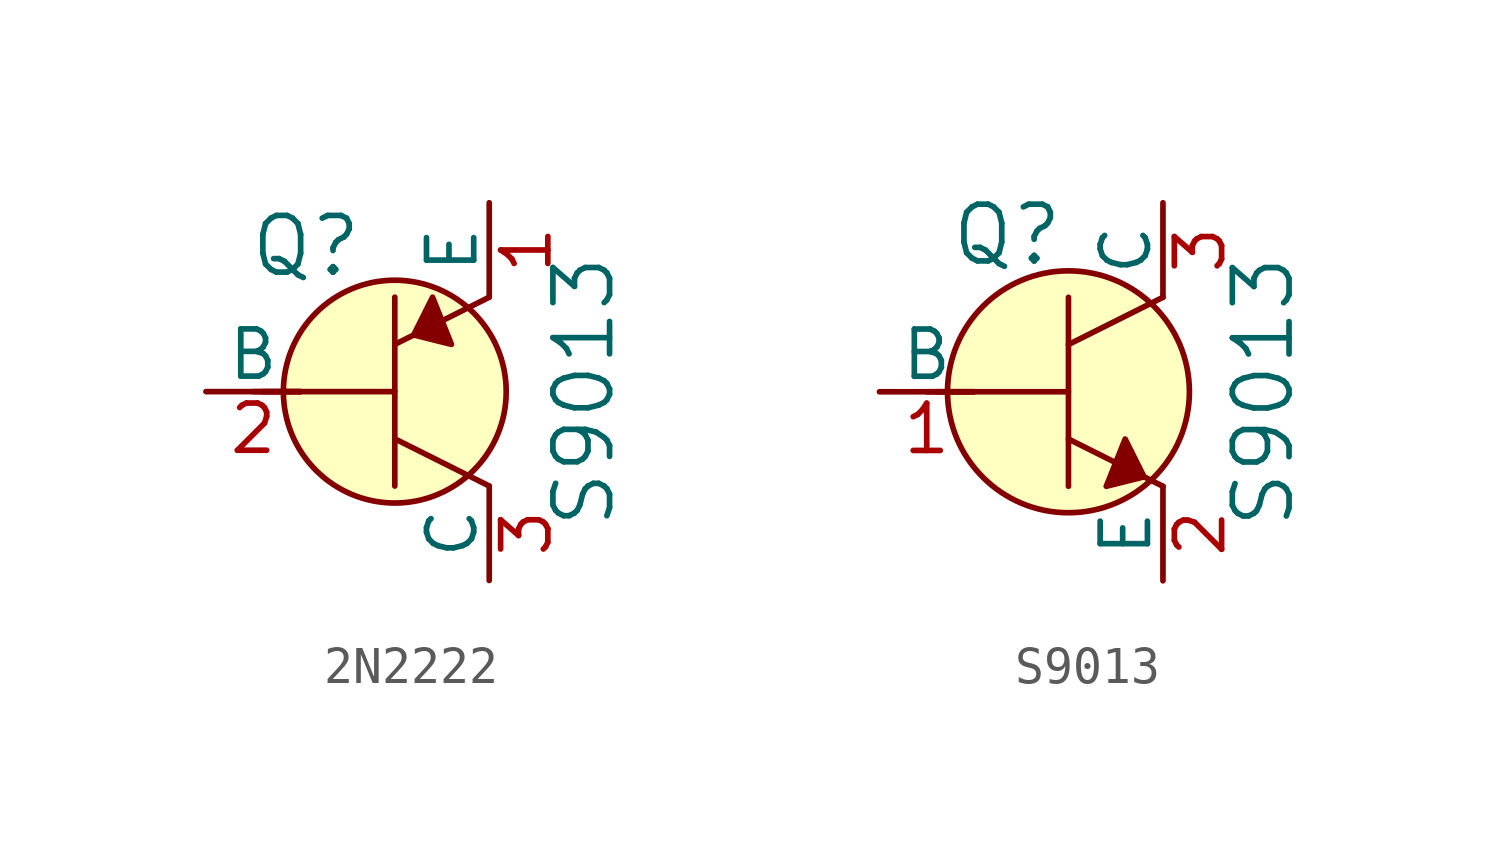
<source format=kicad_sym>
(kicad_symbol_lib
  (version 20231120)
  (generator "kicad_symbol_editor")
  (generator_version "8.0")
  (symbol "2N2222"
    (pin_names
      (offset 0))
    (property "Reference" "Q"
      (at -2.388 3.912 0)
      (effects (font (size 1.524 1.524))))
    (property "Value" "S9013"
      (at 5.08 0 90)
      (effects (font (size 1.524 1.524))))
    (symbol "2N2222_0_1"
      (polyline (pts (xy -3.81 0) (xy -2.54 0)) (stroke (width 0) (type solid)) (fill (type none)))
      (polyline (pts (xy -3.556 0) (xy 0 0)) (stroke (width 0) (type solid)) (fill (type none)))
      (polyline (pts (xy 0 -1.27) (xy 2.54 -2.54)) (stroke (width 0) (type solid)) (fill (type none)))
      (polyline (pts (xy 0 1.27) (xy 2.54 2.54)) (stroke (width 0) (type solid)) (fill (type none)))
      (polyline (pts (xy 0 2.54) (xy 0 -2.54)) (stroke (width 0) (type solid)) (fill (type none)))
      (polyline (pts (xy 1.016 2.54) (xy 0.508 1.524) (xy 1.524 1.27) (xy 1.016 2.54)) (stroke (width 0) (type solid)) (fill (type outline)))
      (circle (center 0 0) (radius 2.997) (stroke (width 0) (type solid)) (fill (type background))))
    (symbol "2N2222_1_1"
      (pin passive line (at 2.54 5.08 270) (length 2.54) (name "E" (effects (font (size 1.27 1.27)))) (number "1" (effects (font (size 1.27 1.27)))))
      (pin input line (at -5.08 0 0) (length 2.54) (name "B" (effects (font (size 1.27 1.27)))) (number "2" (effects (font (size 1.27 1.27)))))
      (pin passive line (at 2.54 -5.08 90) (length 2.54) (name "C" (effects (font (size 1.27 1.27)))) (number "3" (effects (font (size 1.27 1.27)))))))
  (symbol "S9013"
    (pin_names
      (offset 0))
    (property "Reference" "Q"
      (at -3.2 4.216 0)
      (effects (font (size 1.524 1.524)) (justify left)))
    (property "Value" "S9013"
      (at 5.232 0 90)
      (effects (font (size 1.524 1.524))))
    (symbol "S9013_0_1"
      (polyline (pts (xy -3.81 0) (xy -2.54 0)) (stroke (width 0) (type solid)) (fill (type none)))
      (polyline (pts (xy -3.556 0) (xy 0 0)) (stroke (width 0) (type solid)) (fill (type none)))
      (polyline (pts (xy 0 -1.27) (xy 2.54 -2.54)) (stroke (width 0) (type solid)) (fill (type none)))
      (polyline (pts (xy 0 1.27) (xy 2.54 2.54)) (stroke (width 0) (type solid)) (fill (type none)))
      (polyline (pts (xy 0 2.54) (xy 0 -2.54)) (stroke (width 0) (type solid)) (fill (type none)))
      (polyline (pts (xy 1.524 -1.27) (xy 2.032 -2.286) (xy 1.016 -2.54) (xy 1.524 -1.27)) (stroke (width 0) (type solid)) (fill (type outline)))
      (circle (center 0 0) (radius 3.251) (stroke (width 0) (type solid)) (fill (type background))))
    (symbol "S9013_1_1"
      (pin input line (at -5.08 0 0) (length 2.54) (name "B" (effects (font (size 1.27 1.27)))) (number "1" (effects (font (size 1.27 1.27)))))
      (pin passive line (at 2.54 -5.08 90) (length 2.54) (name "E" (effects (font (size 1.27 1.27)))) (number "2" (effects (font (size 1.27 1.27)))))
      (pin passive line (at 2.54 5.08 270) (length 2.54) (name "C" (effects (font (size 1.27 1.27)))) (number "3" (effects (font (size 1.27 1.27))))))))
</source>
